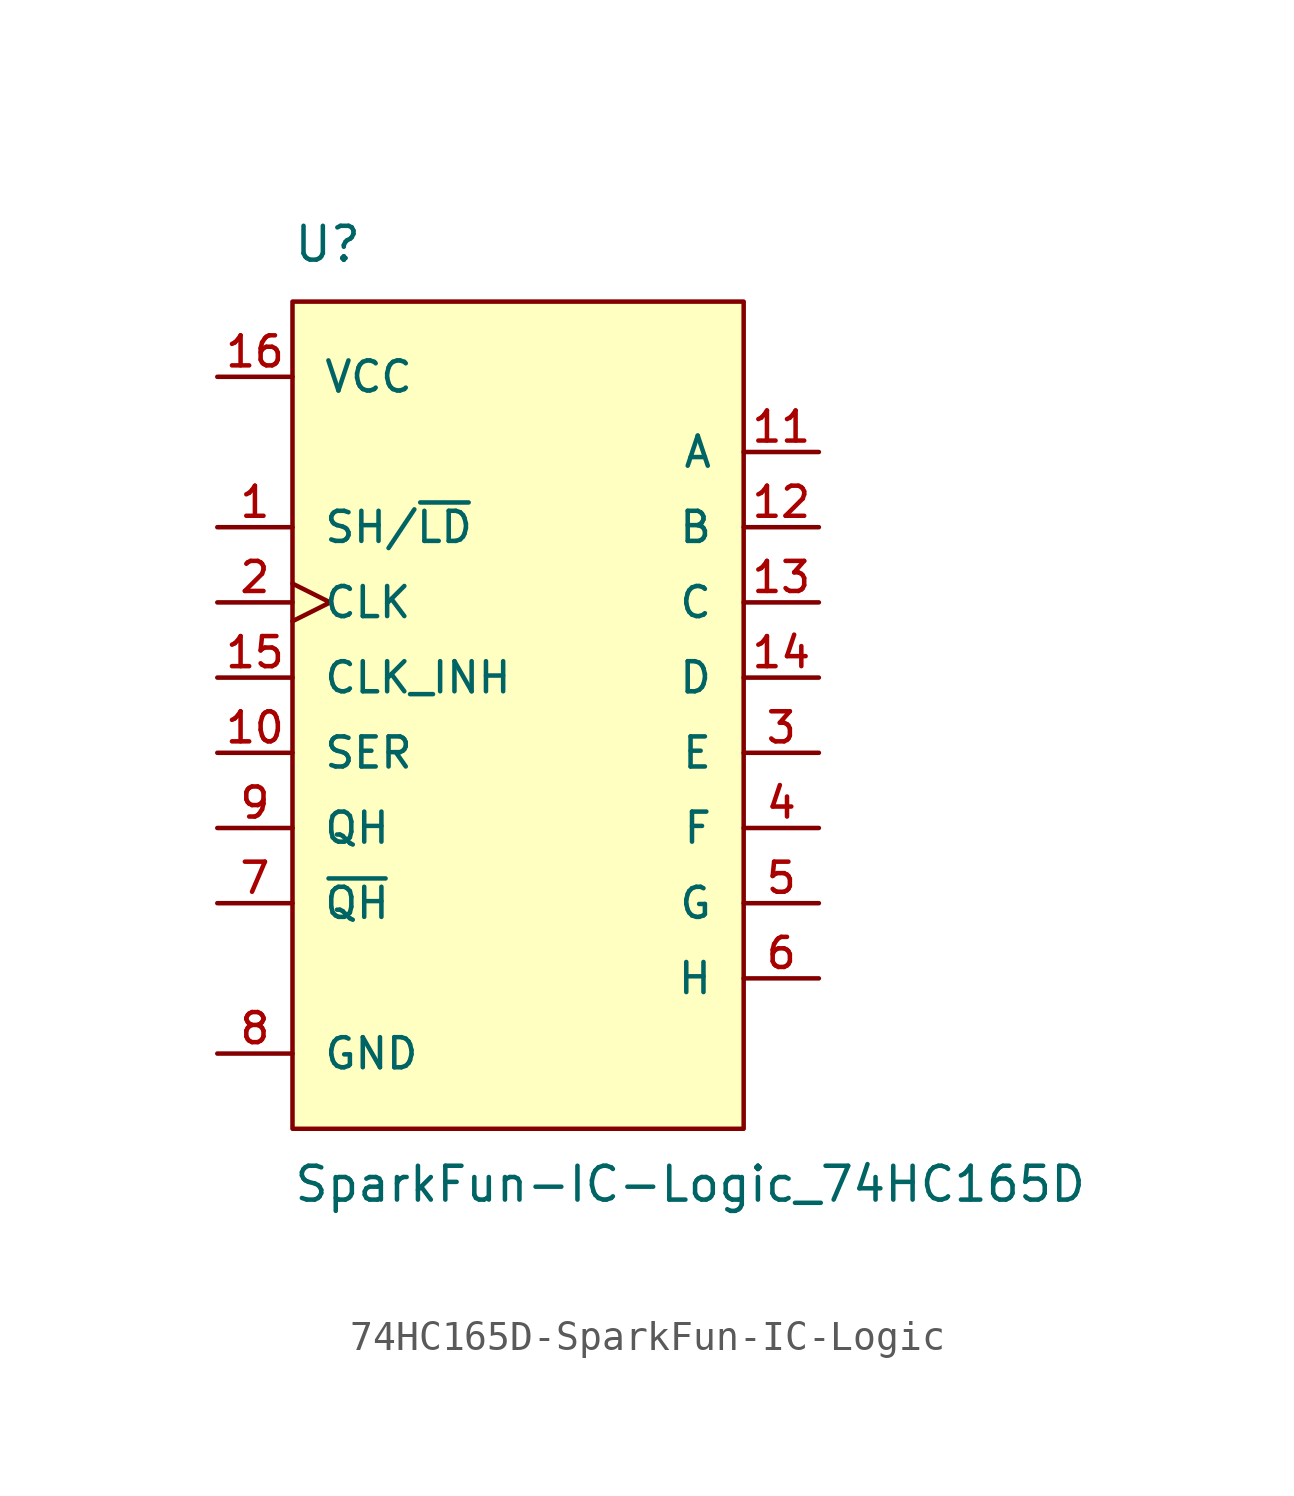
<source format=kicad_sym>
(kicad_symbol_lib
  (version 20220914)
  (generator kicad_symbol_editor)
  (symbol "74HC165D-SparkFun-IC-Logic"
    (pin_names
      (offset 1.016))
    (property "Reference" "U"
      (at -7.62 16.51 0)
      (effects (font (size 1.143 1.143)) (justify left bottom)))
    (property "Value" "SparkFun-IC-Logic_74HC165D"
      (at -7.62 -15.24 0)
      (effects (font (size 1.143 1.143)) (justify left bottom)))
    (symbol "74HC165D-SparkFun-IC-Logic_1_1"
      (polyline (pts (xy -7.62 -12.7) (xy 7.62 -12.7) (xy 7.62 15.24) (xy -7.62 15.24) (xy -7.62 -12.7)) (stroke (width 0) (type solid)) (fill (type background)))
      (pin input line (at -10.16 7.62 0) (length 2.54) (name "SH/~{LD}" (effects (font (size 1.016 1.016)))) (number "1" (effects (font (size 1.016 1.016)))))
      (pin input line (at -10.16 0 0) (length 2.54) (name "SER" (effects (font (size 1.016 1.016)))) (number "10" (effects (font (size 1.016 1.016)))))
      (pin tri_state line (at 10.16 10.16 180) (length 2.54) (name "A" (effects (font (size 1.016 1.016)))) (number "11" (effects (font (size 1.016 1.016)))))
      (pin tri_state line (at 10.16 7.62 180) (length 2.54) (name "B" (effects (font (size 1.016 1.016)))) (number "12" (effects (font (size 1.016 1.016)))))
      (pin tri_state line (at 10.16 5.08 180) (length 2.54) (name "C" (effects (font (size 1.016 1.016)))) (number "13" (effects (font (size 1.016 1.016)))))
      (pin tri_state line (at 10.16 2.54 180) (length 2.54) (name "D" (effects (font (size 1.016 1.016)))) (number "14" (effects (font (size 1.016 1.016)))))
      (pin input line (at -10.16 2.54 0) (length 2.54) (name "CLK_INH" (effects (font (size 1.016 1.016)))) (number "15" (effects (font (size 1.016 1.016)))))
      (pin power_in line (at -10.16 12.7 0) (length 2.54) (name "VCC" (effects (font (size 1.016 1.016)))) (number "16" (effects (font (size 1.016 1.016)))))
      (pin input clock (at -10.16 5.08 0) (length 2.54) (name "CLK" (effects (font (size 1.016 1.016)))) (number "2" (effects (font (size 1.016 1.016)))))
      (pin tri_state line (at 10.16 0 180) (length 2.54) (name "E" (effects (font (size 1.016 1.016)))) (number "3" (effects (font (size 1.016 1.016)))))
      (pin tri_state line (at 10.16 -2.54 180) (length 2.54) (name "F" (effects (font (size 1.016 1.016)))) (number "4" (effects (font (size 1.016 1.016)))))
      (pin tri_state line (at 10.16 -5.08 180) (length 2.54) (name "G" (effects (font (size 1.016 1.016)))) (number "5" (effects (font (size 1.016 1.016)))))
      (pin tri_state line (at 10.16 -7.62 180) (length 2.54) (name "H" (effects (font (size 1.016 1.016)))) (number "6" (effects (font (size 1.016 1.016)))))
      (pin input line (at -10.16 -5.08 0) (length 2.54) (name "~{QH}" (effects (font (size 1.016 1.016)))) (number "7" (effects (font (size 1.016 1.016)))))
      (pin power_in line (at -10.16 -10.16 0) (length 2.54) (name "GND" (effects (font (size 1.016 1.016)))) (number "8" (effects (font (size 1.016 1.016)))))
      (pin tri_state line (at -10.16 -2.54 0) (length 2.54) (name "QH" (effects (font (size 1.016 1.016)))) (number "9" (effects (font (size 1.016 1.016))))))))
</source>
